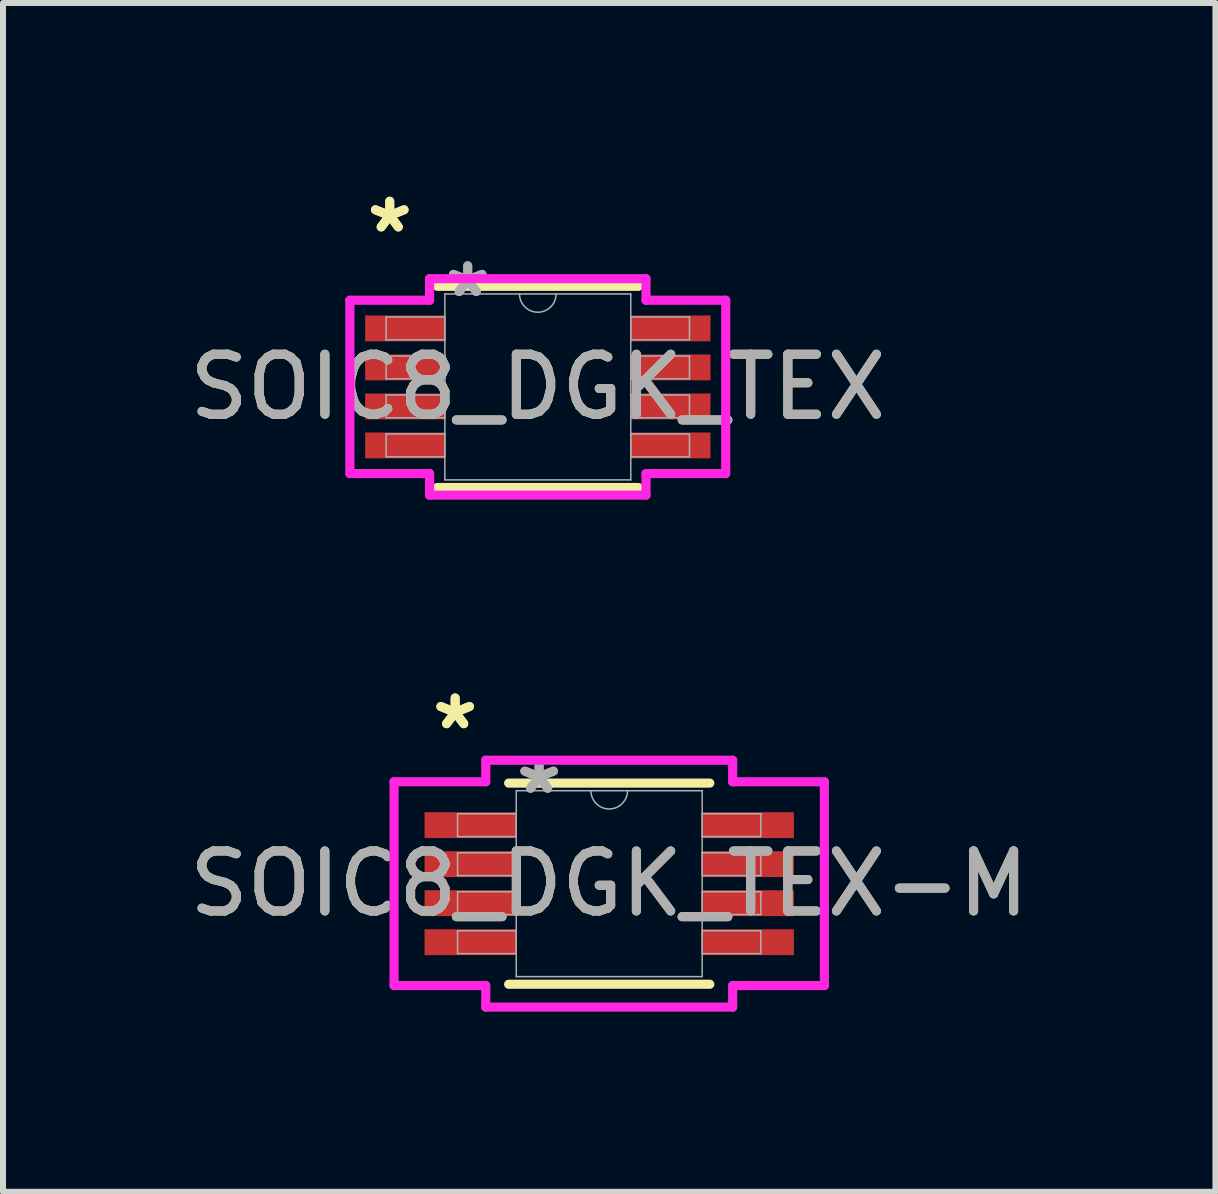
<source format=kicad_pcb>
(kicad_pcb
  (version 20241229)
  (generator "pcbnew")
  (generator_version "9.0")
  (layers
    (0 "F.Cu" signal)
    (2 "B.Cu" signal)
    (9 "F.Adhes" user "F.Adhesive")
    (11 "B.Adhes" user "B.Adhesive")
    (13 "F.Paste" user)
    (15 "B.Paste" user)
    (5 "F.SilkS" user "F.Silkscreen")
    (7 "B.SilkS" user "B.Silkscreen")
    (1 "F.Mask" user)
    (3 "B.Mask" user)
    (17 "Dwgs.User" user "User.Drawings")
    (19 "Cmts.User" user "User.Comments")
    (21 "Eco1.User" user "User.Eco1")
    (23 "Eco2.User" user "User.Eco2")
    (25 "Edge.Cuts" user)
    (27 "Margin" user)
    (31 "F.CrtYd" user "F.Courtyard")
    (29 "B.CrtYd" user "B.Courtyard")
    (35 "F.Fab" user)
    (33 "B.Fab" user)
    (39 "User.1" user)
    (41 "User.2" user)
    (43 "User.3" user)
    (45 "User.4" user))
  (footprint "SOIC8_DGK_TEX"
    (layer "F.Cu")
    (at 5.911 3.397)
    (property "Reference" "SOIC8_DGK_TEX" (at 0 0 0) (unlocked yes) (layer "F.SilkS") (effects (font (size 1 1) (thickness 0.15))))
    (attr smd)
    (fp_line (start -1.676 1.676) (end 1.676 1.676) (stroke (width 0.152) (type solid)) (layer "F.SilkS"))
    (fp_line (start 1.676 -1.676) (end -1.676 -1.676) (stroke (width 0.152) (type solid)) (layer "F.SilkS"))
    (fp_line (start -3.131 -1.444) (end -1.803 -1.444) (stroke (width 0.152) (type solid)) (layer "F.CrtYd"))
    (fp_line (start -3.131 1.444) (end -3.131 -1.444) (stroke (width 0.152) (type solid)) (layer "F.CrtYd"))
    (fp_line (start -3.131 1.444) (end -1.803 1.444) (stroke (width 0.152) (type solid)) (layer "F.CrtYd"))
    (fp_line (start -1.803 -1.803) (end 1.803 -1.803) (stroke (width 0.152) (type solid)) (layer "F.CrtYd"))
    (fp_line (start -1.803 -1.444) (end -1.803 -1.803) (stroke (width 0.152) (type solid)) (layer "F.CrtYd"))
    (fp_line (start -1.803 1.803) (end -1.803 1.444) (stroke (width 0.152) (type solid)) (layer "F.CrtYd"))
    (fp_line (start 1.803 -1.803) (end 1.803 -1.444) (stroke (width 0.152) (type solid)) (layer "F.CrtYd"))
    (fp_line (start 1.803 1.444) (end 1.803 1.803) (stroke (width 0.152) (type solid)) (layer "F.CrtYd"))
    (fp_line (start 1.803 1.803) (end -1.803 1.803) (stroke (width 0.152) (type solid)) (layer "F.CrtYd"))
    (fp_line (start 3.131 -1.444) (end 1.803 -1.444) (stroke (width 0.152) (type solid)) (layer "F.CrtYd"))
    (fp_line (start 3.131 -1.444) (end 3.131 1.444) (stroke (width 0.152) (type solid)) (layer "F.CrtYd"))
    (fp_line (start 3.131 1.444) (end 1.803 1.444) (stroke (width 0.152) (type solid)) (layer "F.CrtYd"))
    (fp_line (start -2.527 -1.165) (end -2.527 -0.784) (stroke (width 0.025) (type solid)) (layer "F.Fab"))
    (fp_line (start -2.527 -0.784) (end -1.549 -0.784) (stroke (width 0.025) (type solid)) (layer "F.Fab"))
    (fp_line (start -2.527 -0.515) (end -2.527 -0.134) (stroke (width 0.025) (type solid)) (layer "F.Fab"))
    (fp_line (start -2.527 -0.134) (end -1.549 -0.134) (stroke (width 0.025) (type solid)) (layer "F.Fab"))
    (fp_line (start -2.527 0.134) (end -2.527 0.515) (stroke (width 0.025) (type solid)) (layer "F.Fab"))
    (fp_line (start -2.527 0.515) (end -1.549 0.515) (stroke (width 0.025) (type solid)) (layer "F.Fab"))
    (fp_line (start -2.527 0.784) (end -2.527 1.165) (stroke (width 0.025) (type solid)) (layer "F.Fab"))
    (fp_line (start -2.527 1.165) (end -1.549 1.165) (stroke (width 0.025) (type solid)) (layer "F.Fab"))
    (fp_line (start -1.549 -1.549) (end -1.549 1.549) (stroke (width 0.025) (type solid)) (layer "F.Fab"))
    (fp_line (start -1.549 -1.165) (end -2.527 -1.165) (stroke (width 0.025) (type solid)) (layer "F.Fab"))
    (fp_line (start -1.549 -0.784) (end -1.549 -1.165) (stroke (width 0.025) (type solid)) (layer "F.Fab"))
    (fp_line (start -1.549 -0.515) (end -2.527 -0.515) (stroke (width 0.025) (type solid)) (layer "F.Fab"))
    (fp_line (start -1.549 -0.134) (end -1.549 -0.515) (stroke (width 0.025) (type solid)) (layer "F.Fab"))
    (fp_line (start -1.549 0.134) (end -2.527 0.134) (stroke (width 0.025) (type solid)) (layer "F.Fab"))
    (fp_line (start -1.549 0.515) (end -1.549 0.134) (stroke (width 0.025) (type solid)) (layer "F.Fab"))
    (fp_line (start -1.549 0.784) (end -2.527 0.784) (stroke (width 0.025) (type solid)) (layer "F.Fab"))
    (fp_line (start -1.549 1.165) (end -1.549 0.784) (stroke (width 0.025) (type solid)) (layer "F.Fab"))
    (fp_line (start -1.549 1.549) (end 1.549 1.549) (stroke (width 0.025) (type solid)) (layer "F.Fab"))
    (fp_line (start 1.549 -1.549) (end -1.549 -1.549) (stroke (width 0.025) (type solid)) (layer "F.Fab"))
    (fp_line (start 1.549 -1.165) (end 1.549 -0.784) (stroke (width 0.025) (type solid)) (layer "F.Fab"))
    (fp_line (start 1.549 -0.784) (end 2.527 -0.784) (stroke (width 0.025) (type solid)) (layer "F.Fab"))
    (fp_line (start 1.549 -0.515) (end 1.549 -0.134) (stroke (width 0.025) (type solid)) (layer "F.Fab"))
    (fp_line (start 1.549 -0.134) (end 2.527 -0.134) (stroke (width 0.025) (type solid)) (layer "F.Fab"))
    (fp_line (start 1.549 0.134) (end 1.549 0.515) (stroke (width 0.025) (type solid)) (layer "F.Fab"))
    (fp_line (start 1.549 0.515) (end 2.527 0.515) (stroke (width 0.025) (type solid)) (layer "F.Fab"))
    (fp_line (start 1.549 0.784) (end 1.549 1.165) (stroke (width 0.025) (type solid)) (layer "F.Fab"))
    (fp_line (start 1.549 1.165) (end 2.527 1.165) (stroke (width 0.025) (type solid)) (layer "F.Fab"))
    (fp_line (start 1.549 1.549) (end 1.549 -1.549) (stroke (width 0.025) (type solid)) (layer "F.Fab"))
    (fp_line (start 2.527 -1.165) (end 1.549 -1.165) (stroke (width 0.025) (type solid)) (layer "F.Fab"))
    (fp_line (start 2.527 -0.784) (end 2.527 -1.165) (stroke (width 0.025) (type solid)) (layer "F.Fab"))
    (fp_line (start 2.527 -0.515) (end 1.549 -0.515) (stroke (width 0.025) (type solid)) (layer "F.Fab"))
    (fp_line (start 2.527 -0.134) (end 2.527 -0.515) (stroke (width 0.025) (type solid)) (layer "F.Fab"))
    (fp_line (start 2.527 0.134) (end 1.549 0.134) (stroke (width 0.025) (type solid)) (layer "F.Fab"))
    (fp_line (start 2.527 0.515) (end 2.527 0.134) (stroke (width 0.025) (type solid)) (layer "F.Fab"))
    (fp_line (start 2.527 0.784) (end 1.549 0.784) (stroke (width 0.025) (type solid)) (layer "F.Fab"))
    (fp_line (start 2.527 1.165) (end 2.527 0.784) (stroke (width 0.025) (type solid)) (layer "F.Fab"))
    (fp_arc (start 0.3048 -1.5494) (mid 0 -1.2446) (end -0.3048 -1.5494) (stroke (width 0.0254) (type solid)) (layer "F.Fab"))
    (fp_text user "*" (at -2.467 -2.549 0) (layer "F.SilkS") (effects (font (size 1 1) (thickness 0.15))))
    (fp_text user "*" (at -2.467 -2.549 0) (unlocked yes) (layer "F.SilkS") (effects (font (size 1 1) (thickness 0.15))))
    (fp_text user "*" (at -1.168 -1.473 0) (layer "F.Fab") (effects (font (size 1 1) (thickness 0.15))))
    (fp_text user "*" (at -1.168 -1.473 0) (unlocked yes) (layer "F.Fab") (effects (font (size 1 1) (thickness 0.15))))
    (fp_text user "${REFERENCE}" (at 0 0 0) (unlocked yes) (layer "F.Fab") (effects (font (size 1 1) (thickness 0.15))))
    (pad "1" smd rect (at -2.213 -0.975) (size 1.328 0.431) (layers "F.Cu" "F.Mask" "F.Paste"))
    (pad "2" smd rect (at -2.213 -0.325) (size 1.328 0.431) (layers "F.Cu" "F.Mask" "F.Paste"))
    (pad "3" smd rect (at -2.213 0.325) (size 1.328 0.431) (layers "F.Cu" "F.Mask" "F.Paste"))
    (pad "4" smd rect (at -2.213 0.975) (size 1.328 0.431) (layers "F.Cu" "F.Mask" "F.Paste"))
    (pad "5" smd rect (at 2.213 0.975) (size 1.328 0.431) (layers "F.Cu" "F.Mask" "F.Paste"))
    (pad "6" smd rect (at 2.213 0.325) (size 1.328 0.431) (layers "F.Cu" "F.Mask" "F.Paste"))
    (pad "7" smd rect (at 2.213 -0.325) (size 1.328 0.431) (layers "F.Cu" "F.Mask" "F.Paste"))
    (pad "8" smd rect (at 2.213 -0.975) (size 1.328 0.431) (layers "F.Cu" "F.Mask" "F.Paste")))
  (footprint "SOIC8_DGK_TEX-M"
    (layer "F.Cu")
    (at 7.101 11.674)
    (property "Reference" "SOIC8_DGK_TEX-M" (at 0 0 0) (unlocked yes) (layer "F.SilkS") (effects (font (size 1 1) (thickness 0.15))))
    (attr smd)
    (fp_line (start -1.676 1.676) (end 1.676 1.676) (stroke (width 0.152) (type solid)) (layer "F.SilkS"))
    (fp_line (start 1.676 -1.676) (end -1.676 -1.676) (stroke (width 0.152) (type solid)) (layer "F.SilkS"))
    (fp_line (start -3.585 -1.698) (end -2.057 -1.698) (stroke (width 0.152) (type solid)) (layer "F.CrtYd"))
    (fp_line (start -3.585 1.698) (end -3.585 -1.698) (stroke (width 0.152) (type solid)) (layer "F.CrtYd"))
    (fp_line (start -3.585 1.698) (end -2.057 1.698) (stroke (width 0.152) (type solid)) (layer "F.CrtYd"))
    (fp_line (start -2.057 -2.057) (end 2.057 -2.057) (stroke (width 0.152) (type solid)) (layer "F.CrtYd"))
    (fp_line (start -2.057 -1.698) (end -2.057 -2.057) (stroke (width 0.152) (type solid)) (layer "F.CrtYd"))
    (fp_line (start -2.057 2.057) (end -2.057 1.698) (stroke (width 0.152) (type solid)) (layer "F.CrtYd"))
    (fp_line (start 2.057 -2.057) (end 2.057 -1.698) (stroke (width 0.152) (type solid)) (layer "F.CrtYd"))
    (fp_line (start 2.057 1.698) (end 2.057 2.057) (stroke (width 0.152) (type solid)) (layer "F.CrtYd"))
    (fp_line (start 2.057 2.057) (end -2.057 2.057) (stroke (width 0.152) (type solid)) (layer "F.CrtYd"))
    (fp_line (start 3.585 -1.698) (end 2.057 -1.698) (stroke (width 0.152) (type solid)) (layer "F.CrtYd"))
    (fp_line (start 3.585 -1.698) (end 3.585 1.698) (stroke (width 0.152) (type solid)) (layer "F.CrtYd"))
    (fp_line (start 3.585 1.698) (end 2.057 1.698) (stroke (width 0.152) (type solid)) (layer "F.CrtYd"))
    (fp_line (start -2.527 -1.165) (end -2.527 -0.784) (stroke (width 0.025) (type solid)) (layer "F.Fab"))
    (fp_line (start -2.527 -0.784) (end -1.549 -0.784) (stroke (width 0.025) (type solid)) (layer "F.Fab"))
    (fp_line (start -2.527 -0.515) (end -2.527 -0.134) (stroke (width 0.025) (type solid)) (layer "F.Fab"))
    (fp_line (start -2.527 -0.134) (end -1.549 -0.134) (stroke (width 0.025) (type solid)) (layer "F.Fab"))
    (fp_line (start -2.527 0.134) (end -2.527 0.515) (stroke (width 0.025) (type solid)) (layer "F.Fab"))
    (fp_line (start -2.527 0.515) (end -1.549 0.515) (stroke (width 0.025) (type solid)) (layer "F.Fab"))
    (fp_line (start -2.527 0.784) (end -2.527 1.165) (stroke (width 0.025) (type solid)) (layer "F.Fab"))
    (fp_line (start -2.527 1.165) (end -1.549 1.165) (stroke (width 0.025) (type solid)) (layer "F.Fab"))
    (fp_line (start -1.549 -1.549) (end -1.549 1.549) (stroke (width 0.025) (type solid)) (layer "F.Fab"))
    (fp_line (start -1.549 -1.165) (end -2.527 -1.165) (stroke (width 0.025) (type solid)) (layer "F.Fab"))
    (fp_line (start -1.549 -0.784) (end -1.549 -1.165) (stroke (width 0.025) (type solid)) (layer "F.Fab"))
    (fp_line (start -1.549 -0.515) (end -2.527 -0.515) (stroke (width 0.025) (type solid)) (layer "F.Fab"))
    (fp_line (start -1.549 -0.134) (end -1.549 -0.515) (stroke (width 0.025) (type solid)) (layer "F.Fab"))
    (fp_line (start -1.549 0.134) (end -2.527 0.134) (stroke (width 0.025) (type solid)) (layer "F.Fab"))
    (fp_line (start -1.549 0.515) (end -1.549 0.134) (stroke (width 0.025) (type solid)) (layer "F.Fab"))
    (fp_line (start -1.549 0.784) (end -2.527 0.784) (stroke (width 0.025) (type solid)) (layer "F.Fab"))
    (fp_line (start -1.549 1.165) (end -1.549 0.784) (stroke (width 0.025) (type solid)) (layer "F.Fab"))
    (fp_line (start -1.549 1.549) (end 1.549 1.549) (stroke (width 0.025) (type solid)) (layer "F.Fab"))
    (fp_line (start 1.549 -1.549) (end -1.549 -1.549) (stroke (width 0.025) (type solid)) (layer "F.Fab"))
    (fp_line (start 1.549 -1.165) (end 1.549 -0.784) (stroke (width 0.025) (type solid)) (layer "F.Fab"))
    (fp_line (start 1.549 -0.784) (end 2.527 -0.784) (stroke (width 0.025) (type solid)) (layer "F.Fab"))
    (fp_line (start 1.549 -0.515) (end 1.549 -0.134) (stroke (width 0.025) (type solid)) (layer "F.Fab"))
    (fp_line (start 1.549 -0.134) (end 2.527 -0.134) (stroke (width 0.025) (type solid)) (layer "F.Fab"))
    (fp_line (start 1.549 0.134) (end 1.549 0.515) (stroke (width 0.025) (type solid)) (layer "F.Fab"))
    (fp_line (start 1.549 0.515) (end 2.527 0.515) (stroke (width 0.025) (type solid)) (layer "F.Fab"))
    (fp_line (start 1.549 0.784) (end 1.549 1.165) (stroke (width 0.025) (type solid)) (layer "F.Fab"))
    (fp_line (start 1.549 1.165) (end 2.527 1.165) (stroke (width 0.025) (type solid)) (layer "F.Fab"))
    (fp_line (start 1.549 1.549) (end 1.549 -1.549) (stroke (width 0.025) (type solid)) (layer "F.Fab"))
    (fp_line (start 2.527 -1.165) (end 1.549 -1.165) (stroke (width 0.025) (type solid)) (layer "F.Fab"))
    (fp_line (start 2.527 -0.784) (end 2.527 -1.165) (stroke (width 0.025) (type solid)) (layer "F.Fab"))
    (fp_line (start 2.527 -0.515) (end 1.549 -0.515) (stroke (width 0.025) (type solid)) (layer "F.Fab"))
    (fp_line (start 2.527 -0.134) (end 2.527 -0.515) (stroke (width 0.025) (type solid)) (layer "F.Fab"))
    (fp_line (start 2.527 0.134) (end 1.549 0.134) (stroke (width 0.025) (type solid)) (layer "F.Fab"))
    (fp_line (start 2.527 0.515) (end 2.527 0.134) (stroke (width 0.025) (type solid)) (layer "F.Fab"))
    (fp_line (start 2.527 0.784) (end 1.549 0.784) (stroke (width 0.025) (type solid)) (layer "F.Fab"))
    (fp_line (start 2.527 1.165) (end 2.527 0.784) (stroke (width 0.025) (type solid)) (layer "F.Fab"))
    (fp_arc (start 0.3048 -1.5494) (mid 0 -1.2446) (end -0.3048 -1.5494) (stroke (width 0.0254) (type solid)) (layer "F.Fab"))
    (fp_text user "*" (at -2.567 -2.549 0) (layer "F.SilkS") (effects (font (size 1 1) (thickness 0.15))))
    (fp_text user "*" (at -2.567 -2.549 0) (unlocked yes) (layer "F.SilkS") (effects (font (size 1 1) (thickness 0.15))))
    (fp_text user "${REFERENCE}" (at 0 0 0) (unlocked yes) (layer "F.Fab") (effects (font (size 1 1) (thickness 0.15))))
    (fp_text user "*" (at -1.168 -1.473 0) (layer "F.Fab") (effects (font (size 1 1) (thickness 0.15))))
    (fp_text user "*" (at -1.168 -1.473 0) (unlocked yes) (layer "F.Fab") (effects (font (size 1 1) (thickness 0.15))))
    (pad "1" smd rect (at -2.313 -0.975) (size 1.528 0.431) (layers "F.Cu" "F.Mask" "F.Paste"))
    (pad "2" smd rect (at -2.313 -0.325) (size 1.528 0.431) (layers "F.Cu" "F.Mask" "F.Paste"))
    (pad "3" smd rect (at -2.313 0.325) (size 1.528 0.431) (layers "F.Cu" "F.Mask" "F.Paste"))
    (pad "4" smd rect (at -2.313 0.975) (size 1.528 0.431) (layers "F.Cu" "F.Mask" "F.Paste"))
    (pad "5" smd rect (at 2.313 0.975) (size 1.528 0.431) (layers "F.Cu" "F.Mask" "F.Paste"))
    (pad "6" smd rect (at 2.313 0.325) (size 1.528 0.431) (layers "F.Cu" "F.Mask" "F.Paste"))
    (pad "7" smd rect (at 2.313 -0.325) (size 1.528 0.431) (layers "F.Cu" "F.Mask" "F.Paste"))
    (pad "8" smd rect (at 2.313 -0.975) (size 1.528 0.431) (layers "F.Cu" "F.Mask" "F.Paste")))
  (gr_rect
    (start -3 -3)
    (end 17.202 16.808)
    (stroke (width 0.1) (type default))
    (fill no)
    (layer "Edge.Cuts")))
</source>
